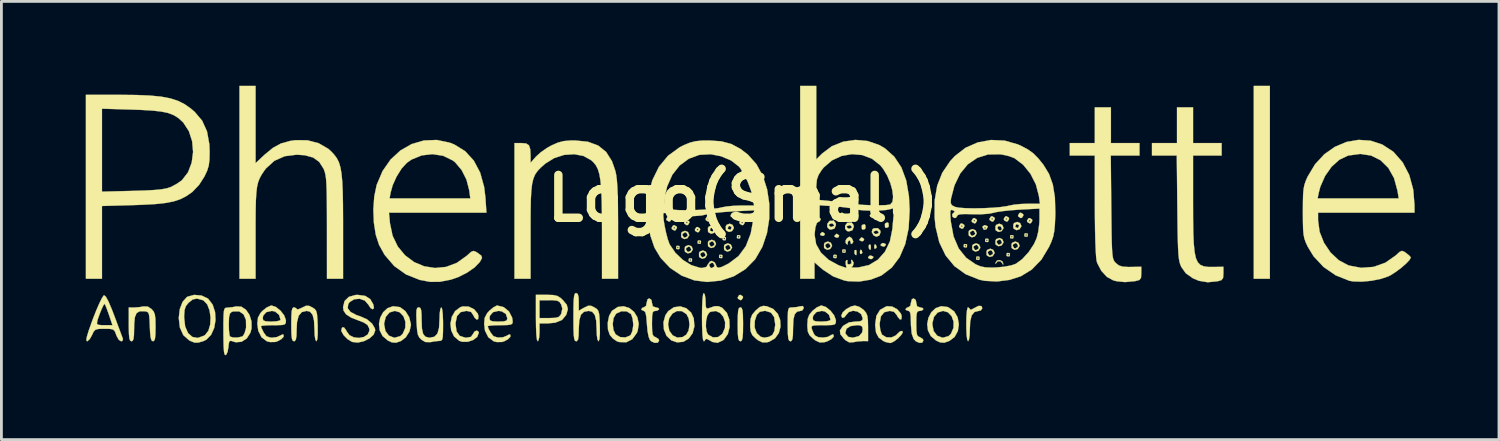
<source format=kicad_pcb>
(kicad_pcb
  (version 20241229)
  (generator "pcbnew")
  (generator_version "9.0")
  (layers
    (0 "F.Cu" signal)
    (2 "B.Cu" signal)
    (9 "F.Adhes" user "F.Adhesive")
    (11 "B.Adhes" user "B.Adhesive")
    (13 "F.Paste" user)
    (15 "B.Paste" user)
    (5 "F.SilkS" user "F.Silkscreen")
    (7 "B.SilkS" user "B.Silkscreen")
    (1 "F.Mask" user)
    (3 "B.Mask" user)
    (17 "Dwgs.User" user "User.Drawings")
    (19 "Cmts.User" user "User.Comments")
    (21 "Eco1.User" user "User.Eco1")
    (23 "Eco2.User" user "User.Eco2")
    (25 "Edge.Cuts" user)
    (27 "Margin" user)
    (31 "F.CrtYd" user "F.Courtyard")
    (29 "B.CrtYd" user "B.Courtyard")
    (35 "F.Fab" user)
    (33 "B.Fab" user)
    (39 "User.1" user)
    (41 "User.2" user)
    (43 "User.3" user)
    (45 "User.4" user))
  (footprint "Logo(Small)"
    (layer "F.Cu")
    (at 23.373 4.005)
    (property "Reference" "Logo(Small)" (at 0 0 0) (layer "F.SilkS") (effects (font (size 1.524 1.524) (thickness 0.3))))
    (attr through_hole)
    (fp_poly (pts (xy 18.733 2.857) (xy 18.161 2.857) (xy 18.161 -4) (xy 18.733 -4) (xy 18.733 2.857)) (stroke (width 0.01) (type solid)) (fill yes) (layer "F.SilkS"))
    (fp_poly (pts (xy 4.217 1.842) (xy 4.242 1.932) (xy 4.217 1.968) (xy 4.167 1.977) (xy 4.155 1.905) (xy 4.175 1.824) (xy 4.217 1.842)) (stroke (width 0.01) (type solid)) (fill yes) (layer "F.SilkS"))
    (fp_poly (pts (xy 4.725 1.652) (xy 4.75 1.742) (xy 4.725 1.777) (xy 4.675 1.787) (xy 4.663 1.714) (xy 4.683 1.634) (xy 4.725 1.652)) (stroke (width 0.01) (type solid)) (fill yes) (layer "F.SilkS"))
    (fp_poly (pts (xy 4.025 1.838) (xy 4.037 1.906) (xy 4.029 2.016) (xy 3.997 2.009) (xy 3.965 1.963) (xy 3.962 1.862) (xy 3.98 1.837) (xy 4.025 1.838)) (stroke (width 0.01) (type solid)) (fill yes) (layer "F.SilkS"))
    (fp_poly (pts (xy 4.533 1.647) (xy 4.545 1.715) (xy 4.537 1.825) (xy 4.505 1.819) (xy 4.473 1.772) (xy 4.47 1.671) (xy 4.488 1.646) (xy 4.533 1.647)) (stroke (width 0.01) (type solid)) (fill yes) (layer "F.SilkS"))
    (fp_poly (pts (xy -2.551 0.686) (xy -2.54 0.73) (xy -2.591 0.814) (xy -2.635 0.826) (xy -2.719 0.775) (xy -2.731 0.73) (xy -2.68 0.646) (xy -2.635 0.635) (xy -2.551 0.686)) (stroke (width 0.01) (type solid)) (fill yes) (layer "F.SilkS"))
    (fp_poly (pts (xy -0.265 0.559) (xy -0.254 0.603) (xy -0.305 0.687) (xy -0.349 0.699) (xy -0.433 0.648) (xy -0.445 0.603) (xy -0.394 0.519) (xy -0.349 0.508) (xy -0.265 0.559)) (stroke (width 0.01) (type solid)) (fill yes) (layer "F.SilkS"))
    (fp_poly (pts (xy -0.011 3.48) (xy 0 3.524) (xy -0.051 3.608) (xy -0.095 3.619) (xy -0.179 3.569) (xy -0.191 3.524) (xy -0.14 3.44) (xy -0.095 3.429) (xy -0.011 3.48)) (stroke (width 0.01) (type solid)) (fill yes) (layer "F.SilkS"))
    (fp_poly (pts (xy 2.9 1.246) (xy 2.909 1.265) (xy 2.878 1.323) (xy 2.826 1.333) (xy 2.747 1.301) (xy 2.743 1.265) (xy 2.808 1.2) (xy 2.826 1.197) (xy 2.9 1.246)) (stroke (width 0.01) (type solid)) (fill yes) (layer "F.SilkS"))
    (fp_poly (pts (xy 3.408 1.31) (xy 3.417 1.329) (xy 3.386 1.387) (xy 3.334 1.397) (xy 3.255 1.365) (xy 3.251 1.329) (xy 3.316 1.263) (xy 3.334 1.26) (xy 3.408 1.31)) (stroke (width 0.01) (type solid)) (fill yes) (layer "F.SilkS"))
    (fp_poly (pts (xy 3.608 0.559) (xy 3.619 0.603) (xy 3.569 0.687) (xy 3.524 0.699) (xy 3.44 0.648) (xy 3.429 0.603) (xy 3.48 0.519) (xy 3.524 0.508) (xy 3.608 0.559)) (stroke (width 0.01) (type solid)) (fill yes) (layer "F.SilkS"))
    (fp_poly (pts (xy 4.297 1.437) (xy 4.306 1.456) (xy 4.275 1.514) (xy 4.223 1.524) (xy 4.144 1.492) (xy 4.14 1.456) (xy 4.205 1.39) (xy 4.223 1.387) (xy 4.297 1.437)) (stroke (width 0.01) (type solid)) (fill yes) (layer "F.SilkS"))
    (fp_poly (pts (xy 4.35 0.953) (xy 4.354 1.058) (xy 4.332 1.091) (xy 4.254 1.113) (xy 4.223 1.079) (xy 4.218 0.974) (xy 4.24 0.941) (xy 4.318 0.919) (xy 4.35 0.953)) (stroke (width 0.01) (type solid)) (fill yes) (layer "F.SilkS"))
    (fp_poly (pts (xy 4.625 2.066) (xy 4.636 2.095) (xy 4.584 2.152) (xy 4.54 2.159) (xy 4.456 2.125) (xy 4.445 2.095) (xy 4.496 2.039) (xy 4.54 2.032) (xy 4.625 2.066)) (stroke (width 0.01) (type solid)) (fill yes) (layer "F.SilkS"))
    (fp_poly (pts (xy 4.688 0.559) (xy 4.699 0.603) (xy 4.648 0.687) (xy 4.604 0.699) (xy 4.52 0.648) (xy 4.508 0.603) (xy 4.559 0.519) (xy 4.604 0.508) (xy 4.688 0.559)) (stroke (width 0.01) (type solid)) (fill yes) (layer "F.SilkS"))
    (fp_poly (pts (xy 5.069 1.622) (xy 5.08 1.651) (xy 5.029 1.707) (xy 4.985 1.714) (xy 4.9 1.68) (xy 4.889 1.651) (xy 4.941 1.595) (xy 4.985 1.587) (xy 5.069 1.622)) (stroke (width 0.01) (type solid)) (fill yes) (layer "F.SilkS"))
    (fp_poly (pts (xy 5.175 0.889) (xy 5.18 0.994) (xy 5.158 1.027) (xy 5.08 1.05) (xy 5.048 1.016) (xy 5.044 0.911) (xy 5.066 0.878) (xy 5.144 0.855) (xy 5.175 0.889)) (stroke (width 0.01) (type solid)) (fill yes) (layer "F.SilkS"))
    (fp_poly (pts (xy 9.958 0.559) (xy 9.97 0.603) (xy 9.919 0.687) (xy 9.874 0.699) (xy 9.79 0.648) (xy 9.779 0.603) (xy 9.83 0.519) (xy 9.874 0.508) (xy 9.958 0.559)) (stroke (width 0.01) (type solid)) (fill yes) (layer "F.SilkS"))
    (fp_poly (pts (xy 9.222 2.242) (xy 9.248 2.303) (xy 9.248 2.366) (xy 9.228 2.319) (xy 9.156 2.236) (xy 9.057 2.235) (xy 9 2.302) (xy 8.98 2.327) (xy 8.98 2.286) (xy 9.032 2.208) (xy 9.132 2.194) (xy 9.222 2.242)) (stroke (width 0.01) (type solid)) (fill yes) (layer "F.SilkS"))
    (fp_poly (pts (xy -2.361 1.003) (xy -2.349 1.048) (xy -2.4 1.132) (xy -2.445 1.143) (xy -2.529 1.092) (xy -2.54 1.048) (xy -2.477 1.048) (xy -2.445 1.079) (xy -2.413 1.048) (xy -2.445 1.016) (xy -2.477 1.048) (xy -2.54 1.048) (xy -2.489 0.964) (xy -2.445 0.953) (xy -2.361 1.003)) (stroke (width 0.01) (type solid)) (fill yes) (layer "F.SilkS"))
    (fp_poly (pts (xy -1.916 0.813) (xy -1.905 0.857) (xy -1.956 0.941) (xy -2 0.953) (xy -2.084 0.902) (xy -2.095 0.857) (xy -2.032 0.857) (xy -2 0.889) (xy -1.968 0.857) (xy -2 0.826) (xy -2.032 0.857) (xy -2.095 0.857) (xy -2.045 0.773) (xy -2 0.762) (xy -1.916 0.813)) (stroke (width 0.01) (type solid)) (fill yes) (layer "F.SilkS"))
    (fp_poly (pts (xy -1.535 1.067) (xy -1.524 1.111) (xy -1.575 1.195) (xy -1.619 1.206) (xy -1.703 1.156) (xy -1.714 1.111) (xy -1.651 1.111) (xy -1.619 1.143) (xy -1.587 1.111) (xy -1.619 1.079) (xy -1.651 1.111) (xy -1.714 1.111) (xy -1.664 1.027) (xy -1.619 1.016) (xy -1.535 1.067)) (stroke (width 0.01) (type solid)) (fill yes) (layer "F.SilkS"))
    (fp_poly (pts (xy -1.154 0.686) (xy -1.143 0.73) (xy -1.194 0.814) (xy -1.238 0.826) (xy -1.322 0.775) (xy -1.333 0.73) (xy -1.27 0.73) (xy -1.238 0.762) (xy -1.206 0.73) (xy -1.238 0.699) (xy -1.27 0.73) (xy -1.333 0.73) (xy -1.283 0.646) (xy -1.238 0.635) (xy -1.154 0.686)) (stroke (width 0.01) (type solid)) (fill yes) (layer "F.SilkS"))
    (fp_poly (pts (xy 0.052 0.813) (xy 0.064 0.857) (xy 0.013 0.941) (xy -0.032 0.953) (xy -0.116 0.902) (xy -0.127 0.857) (xy -0.064 0.857) (xy -0.032 0.889) (xy 0 0.857) (xy -0.032 0.826) (xy -0.064 0.857) (xy -0.127 0.857) (xy -0.076 0.773) (xy -0.032 0.762) (xy 0.052 0.813)) (stroke (width 0.01) (type solid)) (fill yes) (layer "F.SilkS"))
    (fp_poly (pts (xy 7.863 0.94) (xy 7.874 0.984) (xy 7.823 1.068) (xy 7.779 1.079) (xy 7.695 1.029) (xy 7.684 0.984) (xy 7.747 0.984) (xy 7.779 1.016) (xy 7.811 0.984) (xy 7.779 0.953) (xy 7.747 0.984) (xy 7.684 0.984) (xy 7.734 0.9) (xy 7.779 0.889) (xy 7.863 0.94)) (stroke (width 0.01) (type solid)) (fill yes) (layer "F.SilkS"))
    (fp_poly (pts (xy 8.307 0.749) (xy 8.319 0.794) (xy 8.268 0.878) (xy 8.223 0.889) (xy 8.139 0.838) (xy 8.128 0.794) (xy 8.191 0.794) (xy 8.223 0.826) (xy 8.255 0.794) (xy 8.223 0.762) (xy 8.191 0.794) (xy 8.128 0.794) (xy 8.179 0.71) (xy 8.223 0.699) (xy 8.307 0.749)) (stroke (width 0.01) (type solid)) (fill yes) (layer "F.SilkS"))
    (fp_poly (pts (xy 8.942 0.686) (xy 8.954 0.73) (xy 8.903 0.814) (xy 8.858 0.826) (xy 8.774 0.775) (xy 8.763 0.73) (xy 8.826 0.73) (xy 8.858 0.762) (xy 8.89 0.73) (xy 8.858 0.699) (xy 8.826 0.73) (xy 8.763 0.73) (xy 8.814 0.646) (xy 8.858 0.635) (xy 8.942 0.686)) (stroke (width 0.01) (type solid)) (fill yes) (layer "F.SilkS"))
    (fp_poly (pts (xy 9.45 0.686) (xy 9.461 0.73) (xy 9.411 0.814) (xy 9.366 0.826) (xy 9.282 0.775) (xy 9.271 0.73) (xy 9.335 0.73) (xy 9.366 0.762) (xy 9.398 0.73) (xy 9.366 0.699) (xy 9.335 0.73) (xy 9.271 0.73) (xy 9.322 0.646) (xy 9.366 0.635) (xy 9.45 0.686)) (stroke (width 0.01) (type solid)) (fill yes) (layer "F.SilkS"))
    (fp_poly (pts (xy 10.276 0.749) (xy 10.287 0.794) (xy 10.236 0.878) (xy 10.192 0.889) (xy 10.108 0.838) (xy 10.097 0.794) (xy 10.16 0.794) (xy 10.192 0.826) (xy 10.223 0.794) (xy 10.192 0.762) (xy 10.16 0.794) (xy 10.097 0.794) (xy 10.147 0.71) (xy 10.192 0.699) (xy 10.276 0.749)) (stroke (width 0.01) (type solid)) (fill yes) (layer "F.SilkS"))
    (fp_poly (pts (xy -2.272 1.692) (xy -2.258 1.709) (xy -2.264 1.792) (xy -2.281 1.806) (xy -2.364 1.8) (xy -2.378 1.783) (xy -2.375 1.746) (xy -2.349 1.746) (xy -2.318 1.778) (xy -2.286 1.746) (xy -2.318 1.714) (xy -2.349 1.746) (xy -2.375 1.746) (xy -2.372 1.7) (xy -2.355 1.686) (xy -2.272 1.692)) (stroke (width 0.01) (type solid)) (fill yes) (layer "F.SilkS"))
    (fp_poly (pts (xy -1.827 2.137) (xy -1.813 2.154) (xy -1.819 2.237) (xy -1.836 2.251) (xy -1.919 2.245) (xy -1.933 2.228) (xy -1.931 2.191) (xy -1.905 2.191) (xy -1.873 2.223) (xy -1.841 2.191) (xy -1.873 2.159) (xy -1.905 2.191) (xy -1.931 2.191) (xy -1.927 2.145) (xy -1.91 2.131) (xy -1.827 2.137)) (stroke (width 0.01) (type solid)) (fill yes) (layer "F.SilkS"))
    (fp_poly (pts (xy -1.51 1.502) (xy -1.496 1.519) (xy -1.502 1.602) (xy -1.519 1.616) (xy -1.602 1.61) (xy -1.616 1.593) (xy -1.613 1.556) (xy -1.587 1.556) (xy -1.556 1.587) (xy -1.524 1.556) (xy -1.556 1.524) (xy -1.587 1.556) (xy -1.613 1.556) (xy -1.61 1.51) (xy -1.593 1.496) (xy -1.51 1.502)) (stroke (width 0.01) (type solid)) (fill yes) (layer "F.SilkS"))
    (fp_poly (pts (xy -0.748 2.01) (xy -0.734 2.027) (xy -0.74 2.11) (xy -0.757 2.124) (xy -0.84 2.118) (xy -0.854 2.101) (xy -0.851 2.064) (xy -0.826 2.064) (xy -0.794 2.095) (xy -0.762 2.064) (xy -0.794 2.032) (xy -0.826 2.064) (xy -0.851 2.064) (xy -0.848 2.018) (xy -0.831 2.004) (xy -0.748 2.01)) (stroke (width 0.01) (type solid)) (fill yes) (layer "F.SilkS"))
    (fp_poly (pts (xy -0.621 1.375) (xy -0.607 1.392) (xy -0.613 1.475) (xy -0.63 1.489) (xy -0.713 1.483) (xy -0.727 1.466) (xy -0.724 1.429) (xy -0.699 1.429) (xy -0.667 1.46) (xy -0.635 1.429) (xy -0.667 1.397) (xy -0.699 1.429) (xy -0.724 1.429) (xy -0.721 1.383) (xy -0.704 1.369) (xy -0.621 1.375)) (stroke (width 0.01) (type solid)) (fill yes) (layer "F.SilkS"))
    (fp_poly (pts (xy -0.113 1.311) (xy -0.099 1.328) (xy -0.105 1.411) (xy -0.122 1.425) (xy -0.205 1.419) (xy -0.219 1.402) (xy -0.216 1.365) (xy -0.191 1.365) (xy -0.159 1.397) (xy -0.127 1.365) (xy -0.159 1.333) (xy -0.191 1.365) (xy -0.216 1.365) (xy -0.213 1.319) (xy -0.196 1.305) (xy -0.113 1.311)) (stroke (width 0.01) (type solid)) (fill yes) (layer "F.SilkS"))
    (fp_poly (pts (xy 3.316 2.01) (xy 3.33 2.027) (xy 3.324 2.11) (xy 3.307 2.124) (xy 3.224 2.118) (xy 3.21 2.101) (xy 3.213 2.064) (xy 3.239 2.064) (xy 3.27 2.095) (xy 3.302 2.064) (xy 3.27 2.032) (xy 3.239 2.064) (xy 3.213 2.064) (xy 3.216 2.018) (xy 3.233 2.004) (xy 3.316 2.01)) (stroke (width 0.01) (type solid)) (fill yes) (layer "F.SilkS"))
    (fp_poly (pts (xy 3.634 1.819) (xy 3.648 1.836) (xy 3.642 1.919) (xy 3.625 1.933) (xy 3.542 1.927) (xy 3.528 1.91) (xy 3.53 1.873) (xy 3.556 1.873) (xy 3.588 1.905) (xy 3.619 1.873) (xy 3.588 1.841) (xy 3.556 1.873) (xy 3.53 1.873) (xy 3.534 1.827) (xy 3.551 1.813) (xy 3.634 1.819)) (stroke (width 0.01) (type solid)) (fill yes) (layer "F.SilkS"))
    (fp_poly (pts (xy 7.952 1.629) (xy 7.966 1.646) (xy 7.96 1.729) (xy 7.943 1.743) (xy 7.86 1.737) (xy 7.846 1.72) (xy 7.848 1.683) (xy 7.874 1.683) (xy 7.906 1.714) (xy 7.938 1.683) (xy 7.906 1.651) (xy 7.874 1.683) (xy 7.848 1.683) (xy 7.852 1.637) (xy 7.869 1.623) (xy 7.952 1.629)) (stroke (width 0.01) (type solid)) (fill yes) (layer "F.SilkS"))
    (fp_poly (pts (xy 8.396 2.073) (xy 8.41 2.09) (xy 8.404 2.173) (xy 8.387 2.187) (xy 8.304 2.181) (xy 8.29 2.164) (xy 8.293 2.127) (xy 8.319 2.127) (xy 8.35 2.159) (xy 8.382 2.127) (xy 8.35 2.095) (xy 8.319 2.127) (xy 8.293 2.127) (xy 8.296 2.081) (xy 8.313 2.067) (xy 8.396 2.073)) (stroke (width 0.01) (type solid)) (fill yes) (layer "F.SilkS"))
    (fp_poly (pts (xy 8.689 0.985) (xy 8.7 1.012) (xy 8.657 1.095) (xy 8.576 1.115) (xy 8.55 1.099) (xy 8.528 1.048) (xy 8.572 1.048) (xy 8.604 1.079) (xy 8.636 1.048) (xy 8.604 1.016) (xy 8.572 1.048) (xy 8.528 1.048) (xy 8.511 1.007) (xy 8.579 0.954) (xy 8.604 0.953) (xy 8.689 0.985)) (stroke (width 0.01) (type solid)) (fill yes) (layer "F.SilkS"))
    (fp_poly (pts (xy 8.714 1.438) (xy 8.728 1.455) (xy 8.722 1.538) (xy 8.705 1.552) (xy 8.622 1.546) (xy 8.608 1.529) (xy 8.61 1.492) (xy 8.636 1.492) (xy 8.668 1.524) (xy 8.7 1.492) (xy 8.668 1.46) (xy 8.636 1.492) (xy 8.61 1.492) (xy 8.614 1.446) (xy 8.631 1.432) (xy 8.714 1.438)) (stroke (width 0.01) (type solid)) (fill yes) (layer "F.SilkS"))
    (fp_poly (pts (xy 9.476 1.946) (xy 9.49 1.963) (xy 9.484 2.046) (xy 9.467 2.06) (xy 9.384 2.054) (xy 9.37 2.037) (xy 9.372 2) (xy 9.398 2) (xy 9.43 2.032) (xy 9.461 2) (xy 9.43 1.968) (xy 9.398 2) (xy 9.372 2) (xy 9.376 1.954) (xy 9.393 1.94) (xy 9.476 1.946)) (stroke (width 0.01) (type solid)) (fill yes) (layer "F.SilkS"))
    (fp_poly (pts (xy 9.603 1.311) (xy 9.617 1.328) (xy 9.611 1.411) (xy 9.594 1.425) (xy 9.511 1.419) (xy 9.497 1.402) (xy 9.499 1.365) (xy 9.525 1.365) (xy 9.557 1.397) (xy 9.588 1.365) (xy 9.557 1.333) (xy 9.525 1.365) (xy 9.499 1.365) (xy 9.503 1.319) (xy 9.52 1.305) (xy 9.603 1.311)) (stroke (width 0.01) (type solid)) (fill yes) (layer "F.SilkS"))
    (fp_poly (pts (xy 10.111 1.248) (xy 10.125 1.265) (xy 10.119 1.348) (xy 10.102 1.362) (xy 10.019 1.356) (xy 10.005 1.339) (xy 10.007 1.302) (xy 10.033 1.302) (xy 10.065 1.333) (xy 10.097 1.302) (xy 10.065 1.27) (xy 10.033 1.302) (xy 10.007 1.302) (xy 10.011 1.256) (xy 10.028 1.242) (xy 10.111 1.248)) (stroke (width 0.01) (type solid)) (fill yes) (layer "F.SilkS"))
    (fp_poly (pts (xy 3.855 1.407) (xy 3.873 1.428) (xy 3.921 1.538) (xy 3.889 1.597) (xy 3.836 1.626) (xy 3.832 1.578) (xy 3.804 1.5) (xy 3.778 1.492) (xy 3.725 1.541) (xy 3.724 1.572) (xy 3.714 1.647) (xy 3.662 1.604) (xy 3.647 1.581) (xy 3.651 1.486) (xy 3.697 1.419) (xy 3.781 1.361) (xy 3.855 1.407)) (stroke (width 0.01) (type solid)) (fill yes) (layer "F.SilkS"))
    (fp_poly (pts (xy -0.05 3.895) (xy -0.021 3.974) (xy -0.006 4.132) (xy -0.00021 4.389) (xy 0 4.477) (xy -0.003 4.764) (xy -0.016 4.946) (xy -0.041 5.044) (xy -0.081 5.079) (xy -0.095 5.08) (xy -0.141 5.058) (xy -0.169 4.979) (xy -0.185 4.822) (xy -0.19 4.564) (xy -0.191 4.477) (xy -0.187 4.189) (xy -0.175 4.007) (xy -0.15 3.91) (xy -0.109 3.875) (xy -0.095 3.873) (xy -0.05 3.895)) (stroke (width 0.01) (type solid)) (fill yes) (layer "F.SilkS"))
    (fp_poly (pts (xy 4.88 1.146) (xy 4.889 1.205) (xy 4.843 1.322) (xy 4.739 1.361) (xy 4.643 1.316) (xy 4.583 1.206) (xy 4.636 1.206) (xy 4.687 1.263) (xy 4.731 1.27) (xy 4.815 1.236) (xy 4.826 1.206) (xy 4.775 1.15) (xy 4.731 1.143) (xy 4.646 1.177) (xy 4.636 1.206) (xy 4.583 1.206) (xy 4.577 1.195) (xy 4.607 1.092) (xy 4.651 1.064) (xy 4.795 1.059) (xy 4.88 1.146)) (stroke (width 0.01) (type solid)) (fill yes) (layer "F.SilkS"))
    (fp_poly (pts (xy -1.959 1.196) (xy -1.915 1.296) (xy -1.917 1.317) (xy -1.982 1.418) (xy -2.09 1.447) (xy -2.184 1.395) (xy -2.199 1.366) (xy -2.2 1.302) (xy -2.159 1.302) (xy -2.108 1.386) (xy -2.064 1.397) (xy -1.98 1.346) (xy -1.968 1.302) (xy -2.019 1.218) (xy -2.064 1.206) (xy -2.148 1.257) (xy -2.159 1.302) (xy -2.2 1.302) (xy -2.2 1.242) (xy -2.172 1.194) (xy -2.064 1.153) (xy -1.959 1.196)) (stroke (width 0.01) (type solid)) (fill yes) (layer "F.SilkS"))
    (fp_poly (pts (xy -1.832 1.704) (xy -1.788 1.804) (xy -1.79 1.825) (xy -1.855 1.926) (xy -1.963 1.955) (xy -2.057 1.903) (xy -2.072 1.874) (xy -2.073 1.81) (xy -2.032 1.81) (xy -1.981 1.894) (xy -1.937 1.905) (xy -1.853 1.854) (xy -1.841 1.81) (xy -1.892 1.726) (xy -1.937 1.714) (xy -2.021 1.765) (xy -2.032 1.81) (xy -2.073 1.81) (xy -2.073 1.75) (xy -2.045 1.702) (xy -1.937 1.661) (xy -1.832 1.704)) (stroke (width 0.01) (type solid)) (fill yes) (layer "F.SilkS"))
    (fp_poly (pts (xy -1.324 1.894) (xy -1.28 1.994) (xy -1.282 2.015) (xy -1.347 2.116) (xy -1.455 2.146) (xy -1.549 2.094) (xy -1.564 2.064) (xy -1.565 2) (xy -1.524 2) (xy -1.473 2.084) (xy -1.429 2.095) (xy -1.345 2.045) (xy -1.333 2) (xy -1.384 1.916) (xy -1.429 1.905) (xy -1.513 1.956) (xy -1.524 2) (xy -1.565 2) (xy -1.565 1.94) (xy -1.537 1.892) (xy -1.429 1.852) (xy -1.324 1.894)) (stroke (width 0.01) (type solid)) (fill yes) (layer "F.SilkS"))
    (fp_poly (pts (xy -1.007 1.005) (xy -0.962 1.105) (xy -0.964 1.126) (xy -1.03 1.227) (xy -1.138 1.257) (xy -1.231 1.205) (xy -1.247 1.175) (xy -1.247 1.128) (xy -1.18 1.128) (xy -1.171 1.148) (xy -1.094 1.18) (xy -1.074 1.171) (xy -1.043 1.094) (xy -1.051 1.074) (xy -1.128 1.043) (xy -1.148 1.051) (xy -1.18 1.128) (xy -1.247 1.128) (xy -1.248 1.051) (xy -1.219 1.003) (xy -1.111 0.963) (xy -1.007 1.005)) (stroke (width 0.01) (type solid)) (fill yes) (layer "F.SilkS"))
    (fp_poly (pts (xy -1.007 1.513) (xy -0.962 1.613) (xy -0.964 1.634) (xy -1.03 1.735) (xy -1.138 1.765) (xy -1.231 1.713) (xy -1.247 1.683) (xy -1.247 1.619) (xy -1.206 1.619) (xy -1.156 1.703) (xy -1.111 1.714) (xy -1.027 1.664) (xy -1.016 1.619) (xy -1.067 1.535) (xy -1.111 1.524) (xy -1.195 1.575) (xy -1.206 1.619) (xy -1.247 1.619) (xy -1.248 1.559) (xy -1.219 1.511) (xy -1.111 1.471) (xy -1.007 1.513)) (stroke (width 0.01) (type solid)) (fill yes) (layer "F.SilkS"))
    (fp_poly (pts (xy -0.435 1.64) (xy -0.391 1.74) (xy -0.393 1.761) (xy -0.458 1.862) (xy -0.566 1.892) (xy -0.66 1.84) (xy -0.675 1.81) (xy -0.676 1.746) (xy -0.635 1.746) (xy -0.584 1.83) (xy -0.54 1.841) (xy -0.456 1.791) (xy -0.445 1.746) (xy -0.495 1.662) (xy -0.54 1.651) (xy -0.624 1.702) (xy -0.635 1.746) (xy -0.676 1.746) (xy -0.676 1.686) (xy -0.648 1.638) (xy -0.54 1.598) (xy -0.435 1.64)) (stroke (width 0.01) (type solid)) (fill yes) (layer "F.SilkS"))
    (fp_poly (pts (xy -0.372 0.942) (xy -0.327 1.042) (xy -0.329 1.063) (xy -0.395 1.164) (xy -0.503 1.193) (xy -0.596 1.141) (xy -0.612 1.112) (xy -0.612 1.065) (xy -0.545 1.065) (xy -0.536 1.085) (xy -0.459 1.116) (xy -0.439 1.108) (xy -0.408 1.031) (xy -0.416 1.011) (xy -0.493 0.979) (xy -0.513 0.988) (xy -0.545 1.065) (xy -0.612 1.065) (xy -0.613 0.988) (xy -0.584 0.94) (xy -0.476 0.899) (xy -0.372 0.942)) (stroke (width 0.01) (type solid)) (fill yes) (layer "F.SilkS"))
    (fp_poly (pts (xy 3.121 1.577) (xy 3.165 1.677) (xy 3.163 1.698) (xy 3.098 1.799) (xy 2.99 1.828) (xy 2.896 1.776) (xy 2.881 1.747) (xy 2.88 1.683) (xy 2.921 1.683) (xy 2.972 1.767) (xy 3.016 1.778) (xy 3.1 1.727) (xy 3.111 1.683) (xy 3.061 1.599) (xy 3.016 1.587) (xy 2.932 1.638) (xy 2.921 1.683) (xy 2.88 1.683) (xy 2.88 1.623) (xy 2.908 1.575) (xy 3.016 1.534) (xy 3.121 1.577)) (stroke (width 0.01) (type solid)) (fill yes) (layer "F.SilkS"))
    (fp_poly (pts (xy 3.296 0.888) (xy 3.302 0.949) (xy 3.252 1.071) (xy 3.128 1.11) (xy 3.064 1.097) (xy 2.994 1.019) (xy 2.996 0.953) (xy 3.048 0.953) (xy 3.099 1.009) (xy 3.143 1.016) (xy 3.228 0.982) (xy 3.239 0.953) (xy 3.187 0.896) (xy 3.143 0.889) (xy 3.059 0.923) (xy 3.048 0.953) (xy 2.996 0.953) (xy 2.997 0.902) (xy 3.066 0.81) (xy 3.085 0.8) (xy 3.225 0.792) (xy 3.296 0.888)) (stroke (width 0.01) (type solid)) (fill yes) (layer "F.SilkS"))
    (fp_poly (pts (xy 3.931 0.951) (xy 3.937 1.013) (xy 3.887 1.135) (xy 3.763 1.174) (xy 3.699 1.16) (xy 3.629 1.082) (xy 3.631 1.016) (xy 3.683 1.016) (xy 3.734 1.072) (xy 3.778 1.079) (xy 3.863 1.045) (xy 3.873 1.016) (xy 3.822 0.96) (xy 3.778 0.953) (xy 3.694 0.987) (xy 3.683 1.016) (xy 3.631 1.016) (xy 3.632 0.966) (xy 3.701 0.873) (xy 3.72 0.864) (xy 3.86 0.855) (xy 3.931 0.951)) (stroke (width 0.01) (type solid)) (fill yes) (layer "F.SilkS"))
    (fp_poly (pts (xy 8.264 1.132) (xy 8.309 1.232) (xy 8.307 1.253) (xy 8.241 1.354) (xy 8.133 1.384) (xy 8.04 1.332) (xy 8.024 1.302) (xy 8.024 1.238) (xy 8.065 1.238) (xy 8.115 1.322) (xy 8.16 1.333) (xy 8.244 1.283) (xy 8.255 1.238) (xy 8.204 1.154) (xy 8.16 1.143) (xy 8.076 1.194) (xy 8.065 1.238) (xy 8.024 1.238) (xy 8.023 1.178) (xy 8.052 1.13) (xy 8.16 1.09) (xy 8.264 1.132)) (stroke (width 0.01) (type solid)) (fill yes) (layer "F.SilkS"))
    (fp_poly (pts (xy 8.391 1.64) (xy 8.436 1.74) (xy 8.434 1.761) (xy 8.368 1.862) (xy 8.26 1.892) (xy 8.167 1.84) (xy 8.151 1.81) (xy 8.151 1.746) (xy 8.191 1.746) (xy 8.242 1.83) (xy 8.287 1.841) (xy 8.371 1.791) (xy 8.382 1.746) (xy 8.331 1.662) (xy 8.287 1.651) (xy 8.203 1.702) (xy 8.191 1.746) (xy 8.151 1.746) (xy 8.15 1.686) (xy 8.179 1.638) (xy 8.287 1.598) (xy 8.391 1.64)) (stroke (width 0.01) (type solid)) (fill yes) (layer "F.SilkS"))
    (fp_poly (pts (xy 8.899 1.831) (xy 8.944 1.931) (xy 8.942 1.952) (xy 8.876 2.053) (xy 8.768 2.082) (xy 8.675 2.03) (xy 8.659 2.001) (xy 8.659 1.937) (xy 8.7 1.937) (xy 8.75 2.021) (xy 8.795 2.032) (xy 8.879 1.981) (xy 8.89 1.937) (xy 8.839 1.853) (xy 8.795 1.841) (xy 8.711 1.892) (xy 8.7 1.937) (xy 8.659 1.937) (xy 8.658 1.877) (xy 8.687 1.829) (xy 8.795 1.788) (xy 8.899 1.831)) (stroke (width 0.01) (type solid)) (fill yes) (layer "F.SilkS"))
    (fp_poly (pts (xy 9.217 0.942) (xy 9.261 1.042) (xy 9.259 1.063) (xy 9.194 1.164) (xy 9.086 1.193) (xy 8.992 1.141) (xy 8.977 1.112) (xy 8.976 1.059) (xy 9.044 1.059) (xy 9.095 1.128) (xy 9.148 1.143) (xy 9.206 1.1) (xy 9.207 1.09) (xy 9.166 0.998) (xy 9.08 0.985) (xy 9.071 0.99) (xy 9.044 1.059) (xy 8.976 1.059) (xy 8.976 0.988) (xy 9.004 0.94) (xy 9.112 0.899) (xy 9.217 0.942)) (stroke (width 0.01) (type solid)) (fill yes) (layer "F.SilkS"))
    (fp_poly (pts (xy 9.217 1.45) (xy 9.261 1.55) (xy 9.259 1.571) (xy 9.194 1.672) (xy 9.086 1.701) (xy 8.992 1.649) (xy 8.977 1.62) (xy 8.976 1.556) (xy 9.017 1.556) (xy 9.068 1.64) (xy 9.112 1.651) (xy 9.196 1.6) (xy 9.207 1.556) (xy 9.157 1.472) (xy 9.112 1.46) (xy 9.028 1.511) (xy 9.017 1.556) (xy 8.976 1.556) (xy 8.976 1.496) (xy 9.004 1.448) (xy 9.112 1.407) (xy 9.217 1.45)) (stroke (width 0.01) (type solid)) (fill yes) (layer "F.SilkS"))
    (fp_poly (pts (xy 9.788 1.577) (xy 9.833 1.677) (xy 9.831 1.698) (xy 9.765 1.799) (xy 9.657 1.828) (xy 9.564 1.776) (xy 9.548 1.747) (xy 9.548 1.683) (xy 9.588 1.683) (xy 9.639 1.767) (xy 9.684 1.778) (xy 9.768 1.727) (xy 9.779 1.683) (xy 9.728 1.599) (xy 9.684 1.587) (xy 9.6 1.638) (xy 9.588 1.683) (xy 9.548 1.683) (xy 9.547 1.623) (xy 9.576 1.575) (xy 9.684 1.534) (xy 9.788 1.577)) (stroke (width 0.01) (type solid)) (fill yes) (layer "F.SilkS"))
    (fp_poly (pts (xy 9.852 0.878) (xy 9.896 0.978) (xy 9.894 0.999) (xy 9.829 1.1) (xy 9.721 1.13) (xy 9.627 1.078) (xy 9.612 1.048) (xy 9.611 1.001) (xy 9.679 1.001) (xy 9.687 1.021) (xy 9.764 1.053) (xy 9.784 1.044) (xy 9.816 0.967) (xy 9.807 0.947) (xy 9.73 0.916) (xy 9.71 0.924) (xy 9.679 1.001) (xy 9.611 1.001) (xy 9.611 0.924) (xy 9.639 0.876) (xy 9.747 0.836) (xy 9.852 0.878)) (stroke (width 0.01) (type solid)) (fill yes) (layer "F.SilkS"))
    (fp_poly (pts (xy 8.476 3.827) (xy 8.509 3.905) (xy 8.456 3.983) (xy 8.387 4) (xy 8.231 4.038) (xy 8.13 4.159) (xy 8.077 4.376) (xy 8.065 4.64) (xy 8.056 4.866) (xy 8.033 5.022) (xy 8.001 5.08) (xy 7.971 5.02) (xy 7.95 4.852) (xy 7.939 4.597) (xy 7.938 4.477) (xy 7.944 4.192) (xy 7.961 3.988) (xy 7.988 3.883) (xy 8.001 3.873) (xy 8.062 3.922) (xy 8.065 3.941) (xy 8.107 3.959) (xy 8.206 3.909) (xy 8.369 3.823) (xy 8.476 3.827)) (stroke (width 0.01) (type solid)) (fill yes) (layer "F.SilkS"))
    (fp_poly (pts (xy 2.159 3.895) (xy 2.159 3.898) (xy 2.107 3.984) (xy 2.045 4) (xy 1.917 4.029) (xy 1.835 4.126) (xy 1.791 4.31) (xy 1.778 4.6) (xy 1.778 4.616) (xy 1.773 4.864) (xy 1.754 5.008) (xy 1.717 5.071) (xy 1.683 5.08) (xy 1.637 5.058) (xy 1.609 4.979) (xy 1.593 4.822) (xy 1.588 4.564) (xy 1.587 4.477) (xy 1.589 4.198) (xy 1.597 4.022) (xy 1.617 3.926) (xy 1.655 3.886) (xy 1.717 3.879) (xy 1.73 3.88) (xy 1.912 3.864) (xy 2.016 3.84) (xy 2.127 3.827) (xy 2.159 3.895)) (stroke (width 0.01) (type solid)) (fill yes) (layer "F.SilkS"))
    (fp_poly (pts (xy -2.02 3.905) (xy -1.847 4.06) (xy -1.753 4.265) (xy -1.73 4.549) (xy -1.795 4.795) (xy -1.932 4.984) (xy -2.122 5.098) (xy -2.345 5.119) (xy -2.551 5.049) (xy -2.721 4.888) (xy -2.815 4.66) (xy -2.826 4.477) (xy -2.667 4.477) (xy -2.622 4.707) (xy -2.503 4.87) (xy -2.338 4.95) (xy -2.152 4.931) (xy -2.021 4.848) (xy -1.935 4.697) (xy -1.905 4.488) (xy -1.931 4.274) (xy -2.01 4.117) (xy -2.175 4.008) (xy -2.351 4.005) (xy -2.51 4.094) (xy -2.625 4.258) (xy -2.667 4.477) (xy -2.826 4.477) (xy -2.83 4.403) (xy -2.762 4.156) (xy -2.662 4.01) (xy -2.459 3.871) (xy -2.235 3.839) (xy -2.02 3.905)) (stroke (width 0.01) (type solid)) (fill yes) (layer "F.SilkS"))
    (fp_poly (pts (xy 7.272 3.862) (xy 7.305 3.875) (xy 7.507 4.018) (xy 7.63 4.228) (xy 7.674 4.472) (xy 7.639 4.715) (xy 7.522 4.927) (xy 7.336 5.068) (xy 7.154 5.132) (xy 7.006 5.12) (xy 6.865 5.055) (xy 6.676 4.895) (xy 6.574 4.691) (xy 6.55 4.477) (xy 6.731 4.477) (xy 6.776 4.714) (xy 6.9 4.88) (xy 7.083 4.952) (xy 7.112 4.953) (xy 7.307 4.897) (xy 7.394 4.812) (xy 7.483 4.603) (xy 7.487 4.384) (xy 7.417 4.189) (xy 7.285 4.05) (xy 7.112 4) (xy 6.922 4.057) (xy 6.789 4.212) (xy 6.732 4.44) (xy 6.731 4.477) (xy 6.55 4.477) (xy 6.549 4.466) (xy 6.592 4.244) (xy 6.695 4.049) (xy 6.848 3.904) (xy 7.044 3.834) (xy 7.272 3.862)) (stroke (width 0.01) (type solid)) (fill yes) (layer "F.SilkS"))
    (fp_poly (pts (xy -12.217 3.864) (xy -12.184 3.877) (xy -12.005 4.012) (xy -11.872 4.226) (xy -11.812 4.475) (xy -11.811 4.51) (xy -11.862 4.732) (xy -11.993 4.939) (xy -12.158 5.068) (xy -12.341 5.132) (xy -12.489 5.12) (xy -12.63 5.055) (xy -12.819 4.894) (xy -12.922 4.69) (xy -12.945 4.477) (xy -12.764 4.477) (xy -12.718 4.714) (xy -12.595 4.88) (xy -12.412 4.952) (xy -12.383 4.953) (xy -12.188 4.897) (xy -12.1 4.812) (xy -12.011 4.603) (xy -12.007 4.384) (xy -12.077 4.189) (xy -12.21 4.05) (xy -12.383 4) (xy -12.572 4.057) (xy -12.705 4.212) (xy -12.763 4.44) (xy -12.764 4.477) (xy -12.945 4.477) (xy -12.947 4.465) (xy -12.903 4.243) (xy -12.799 4.049) (xy -12.644 3.905) (xy -12.447 3.835) (xy -12.217 3.864)) (stroke (width 0.01) (type solid)) (fill yes) (layer "F.SilkS"))
    (fp_poly (pts (xy -9.756 3.848) (xy -9.565 3.941) (xy -9.436 4.094) (xy -9.409 4.181) (xy -9.42 4.293) (xy -9.478 4.309) (xy -9.553 4.233) (xy -9.588 4.159) (xy -9.673 4.037) (xy -9.824 4.001) (xy -9.836 4) (xy -10.045 4.045) (xy -10.172 4.184) (xy -10.222 4.421) (xy -10.223 4.477) (xy -10.187 4.732) (xy -10.075 4.888) (xy -9.883 4.951) (xy -9.832 4.953) (xy -9.676 4.924) (xy -9.607 4.826) (xy -9.546 4.73) (xy -9.463 4.7) (xy -9.404 4.746) (xy -9.398 4.784) (xy -9.454 4.925) (xy -9.598 5.035) (xy -9.789 5.099) (xy -9.988 5.099) (xy -10.095 5.063) (xy -10.277 4.908) (xy -10.379 4.693) (xy -10.404 4.45) (xy -10.356 4.21) (xy -10.238 4.006) (xy -10.054 3.869) (xy -9.967 3.841) (xy -9.756 3.848)) (stroke (width 0.01) (type solid)) (fill yes) (layer "F.SilkS"))
    (fp_poly (pts (xy -21.169 3.846) (xy -21.034 3.935) (xy -20.961 4.019) (xy -20.918 4.124) (xy -20.897 4.283) (xy -20.892 4.531) (xy -20.892 4.574) (xy -20.896 4.836) (xy -20.913 4.992) (xy -20.947 5.066) (xy -20.984 5.08) (xy -21.033 5.052) (xy -21.065 4.952) (xy -21.086 4.762) (xy -21.095 4.556) (xy -21.106 4.299) (xy -21.122 4.143) (xy -21.152 4.06) (xy -21.208 4.025) (xy -21.292 4.012) (xy -21.458 4.014) (xy -21.566 4.079) (xy -21.627 4.224) (xy -21.651 4.468) (xy -21.654 4.612) (xy -21.659 4.86) (xy -21.677 5.006) (xy -21.714 5.07) (xy -21.749 5.08) (xy -21.794 5.058) (xy -21.823 4.979) (xy -21.838 4.821) (xy -21.844 4.563) (xy -21.844 4.479) (xy -21.844 3.879) (xy -21.669 3.881) (xy -21.471 3.868) (xy -21.336 3.843) (xy -21.169 3.846)) (stroke (width 0.01) (type solid)) (fill yes) (layer "F.SilkS"))
    (fp_poly (pts (xy -6.752 3.436) (xy -6.603 3.469) (xy -6.486 3.542) (xy -6.409 3.615) (xy -6.269 3.783) (xy -6.23 3.935) (xy -6.279 4.117) (xy -6.294 4.149) (xy -6.438 4.322) (xy -6.681 4.42) (xy -6.956 4.445) (xy -7.239 4.445) (xy -7.239 4.763) (xy -7.25 4.944) (xy -7.28 5.059) (xy -7.303 5.08) (xy -7.33 5.019) (xy -7.35 4.844) (xy -7.362 4.568) (xy -7.366 4.255) (xy -7.366 3.619) (xy -7.239 3.619) (xy -7.239 4.255) (xy -6.888 4.255) (xy -6.681 4.248) (xy -6.563 4.219) (xy -6.495 4.153) (xy -6.465 4.096) (xy -6.426 3.918) (xy -6.465 3.778) (xy -6.522 3.686) (xy -6.608 3.638) (xy -6.761 3.621) (xy -6.888 3.619) (xy -7.239 3.619) (xy -7.366 3.619) (xy -7.366 3.429) (xy -6.98 3.429) (xy -6.752 3.436)) (stroke (width 0.01) (type solid)) (fill yes) (layer "F.SilkS"))
    (fp_poly (pts (xy -3.257 3.611) (xy -3.239 3.715) (xy -3.209 3.839) (xy -3.111 3.873) (xy -3.008 3.9) (xy -2.985 3.937) (xy -3.038 3.989) (xy -3.111 4) (xy -3.178 4.012) (xy -3.216 4.066) (xy -3.234 4.188) (xy -3.238 4.406) (xy -3.239 4.451) (xy -3.234 4.69) (xy -3.217 4.83) (xy -3.179 4.902) (xy -3.112 4.934) (xy -3.111 4.935) (xy -3.008 4.998) (xy -2.985 5.056) (xy -3.031 5.128) (xy -3.139 5.137) (xy -3.26 5.085) (xy -3.309 5.039) (xy -3.357 4.922) (xy -3.397 4.715) (xy -3.419 4.468) (xy -3.439 4.21) (xy -3.47 4.061) (xy -3.517 4.003) (xy -3.531 4) (xy -3.611 3.964) (xy -3.619 3.937) (xy -3.568 3.881) (xy -3.524 3.873) (xy -3.448 3.818) (xy -3.429 3.715) (xy -3.396 3.587) (xy -3.334 3.556) (xy -3.257 3.611)) (stroke (width 0.01) (type solid)) (fill yes) (layer "F.SilkS"))
    (fp_poly (pts (xy 5.302 3.846) (xy 5.483 3.943) (xy 5.61 4.093) (xy 5.64 4.181) (xy 5.633 4.295) (xy 5.58 4.306) (xy 5.503 4.218) (xy 5.473 4.159) (xy 5.37 4.033) (xy 5.216 4) (xy 5.021 4.048) (xy 4.903 4.192) (xy 4.858 4.438) (xy 4.858 4.477) (xy 4.878 4.671) (xy 4.928 4.822) (xy 4.945 4.848) (xy 5.092 4.938) (xy 5.275 4.944) (xy 5.439 4.869) (xy 5.484 4.819) (xy 5.584 4.728) (xy 5.662 4.713) (xy 5.679 4.766) (xy 5.619 4.862) (xy 5.512 4.975) (xy 5.385 5.075) (xy 5.268 5.135) (xy 5.228 5.142) (xy 5.077 5.11) (xy 4.985 5.07) (xy 4.819 4.944) (xy 4.729 4.772) (xy 4.699 4.519) (xy 4.699 4.477) (xy 4.742 4.175) (xy 4.871 3.964) (xy 5.088 3.843) (xy 5.119 3.834) (xy 5.302 3.846)) (stroke (width 0.01) (type solid)) (fill yes) (layer "F.SilkS"))
    (fp_poly (pts (xy 6.141 3.611) (xy 6.16 3.715) (xy 6.189 3.839) (xy 6.287 3.873) (xy 6.39 3.9) (xy 6.413 3.937) (xy 6.36 3.989) (xy 6.287 4) (xy 6.22 4.012) (xy 6.182 4.066) (xy 6.164 4.188) (xy 6.16 4.406) (xy 6.16 4.451) (xy 6.164 4.69) (xy 6.181 4.83) (xy 6.219 4.902) (xy 6.286 4.934) (xy 6.287 4.935) (xy 6.39 4.998) (xy 6.413 5.056) (xy 6.369 5.131) (xy 6.266 5.136) (xy 6.144 5.08) (xy 6.068 5.002) (xy 5.998 4.814) (xy 5.97 4.506) (xy 5.969 4.431) (xy 5.963 4.194) (xy 5.942 4.06) (xy 5.9 4.005) (xy 5.874 4) (xy 5.789 3.966) (xy 5.779 3.937) (xy 5.83 3.881) (xy 5.874 3.873) (xy 5.95 3.818) (xy 5.969 3.715) (xy 6.002 3.587) (xy 6.064 3.556) (xy 6.141 3.611)) (stroke (width 0.01) (type solid)) (fill yes) (layer "F.SilkS"))
    (fp_poly (pts (xy -10.701 3.934) (xy -10.68 4.101) (xy -10.669 4.355) (xy -10.668 4.47) (xy -10.67 4.748) (xy -10.678 4.923) (xy -10.699 5.018) (xy -10.738 5.059) (xy -10.801 5.068) (xy -10.811 5.068) (xy -10.988 5.086) (xy -11.115 5.112) (xy -11.298 5.107) (xy -11.432 5.028) (xy -11.511 4.949) (xy -11.561 4.85) (xy -11.59 4.698) (xy -11.607 4.459) (xy -11.611 4.388) (xy -11.619 4.13) (xy -11.613 3.974) (xy -11.588 3.897) (xy -11.542 3.874) (xy -11.532 3.873) (xy -11.478 3.894) (xy -11.447 3.973) (xy -11.433 4.135) (xy -11.43 4.337) (xy -11.419 4.629) (xy -11.378 4.815) (xy -11.299 4.916) (xy -11.171 4.952) (xy -11.136 4.953) (xy -10.973 4.919) (xy -10.868 4.809) (xy -10.811 4.605) (xy -10.795 4.313) (xy -10.787 4.087) (xy -10.764 3.931) (xy -10.732 3.873) (xy -10.701 3.934)) (stroke (width 0.01) (type solid)) (fill yes) (layer "F.SilkS"))
    (fp_poly (pts (xy -4.046 3.898) (xy -3.877 4.034) (xy -3.759 4.226) (xy -3.709 4.456) (xy -3.746 4.707) (xy -3.778 4.786) (xy -3.94 5.007) (xy -4.153 5.116) (xy -4.403 5.108) (xy -4.489 5.079) (xy -4.626 4.985) (xy -4.735 4.86) (xy -4.804 4.662) (xy -4.81 4.466) (xy -4.635 4.466) (xy -4.609 4.679) (xy -4.53 4.837) (xy -4.376 4.93) (xy -4.188 4.945) (xy -4.026 4.881) (xy -3.992 4.848) (xy -3.937 4.72) (xy -3.907 4.531) (xy -3.905 4.477) (xy -3.925 4.283) (xy -3.975 4.131) (xy -3.992 4.106) (xy -4.139 4.017) (xy -4.327 4.013) (xy -4.503 4.092) (xy -4.519 4.106) (xy -4.605 4.256) (xy -4.635 4.466) (xy -4.81 4.466) (xy -4.811 4.416) (xy -4.762 4.176) (xy -4.661 3.998) (xy -4.658 3.995) (xy -4.455 3.861) (xy -4.245 3.835) (xy -4.046 3.898)) (stroke (width 0.01) (type solid)) (fill yes) (layer "F.SilkS"))
    (fp_poly (pts (xy 16.002 -1.968) (xy 17.018 -1.968) (xy 17.018 -1.524) (xy 16.002 -1.524) (xy 16.002 0.143) (xy 16.004 0.745) (xy 16.011 1.231) (xy 16.028 1.615) (xy 16.057 1.909) (xy 16.103 2.123) (xy 16.17 2.271) (xy 16.26 2.364) (xy 16.379 2.415) (xy 16.529 2.436) (xy 16.709 2.438) (xy 17.081 2.433) (xy 17.081 2.669) (xy 17.07 2.828) (xy 17.013 2.905) (xy 16.883 2.945) (xy 16.524 2.982) (xy 16.208 2.929) (xy 16 2.842) (xy 15.744 2.662) (xy 15.589 2.445) (xy 15.552 2.363) (xy 15.523 2.27) (xy 15.5 2.152) (xy 15.483 1.992) (xy 15.47 1.776) (xy 15.46 1.488) (xy 15.452 1.111) (xy 15.446 0.631) (xy 15.443 0.333) (xy 15.423 -1.524) (xy 14.541 -1.524) (xy 14.541 -1.968) (xy 15.431 -1.968) (xy 15.431 -3.239) (xy 16.002 -3.239) (xy 16.002 -1.968)) (stroke (width 0.01) (type solid)) (fill yes) (layer "F.SilkS"))
    (fp_poly (pts (xy -15.435 3.821) (xy -15.32 3.876) (xy -15.235 3.93) (xy -15.182 3.997) (xy -15.152 4.106) (xy -15.136 4.287) (xy -15.126 4.527) (xy -15.124 4.819) (xy -15.139 5.007) (xy -15.17 5.079) (xy -15.174 5.08) (xy -15.21 5.021) (xy -15.233 4.86) (xy -15.24 4.663) (xy -15.256 4.346) (xy -15.307 4.14) (xy -15.399 4.029) (xy -15.518 4) (xy -15.69 4.042) (xy -15.803 4.173) (xy -15.862 4.405) (xy -15.875 4.656) (xy -15.881 4.891) (xy -15.903 5.023) (xy -15.946 5.076) (xy -15.97 5.08) (xy -16.016 5.058) (xy -16.044 4.979) (xy -16.06 4.822) (xy -16.065 4.564) (xy -16.066 4.477) (xy -16.062 4.189) (xy -16.05 4.007) (xy -16.025 3.91) (xy -15.984 3.875) (xy -15.97 3.873) (xy -15.886 3.906) (xy -15.875 3.934) (xy -15.828 3.947) (xy -15.712 3.901) (xy -15.685 3.886) (xy -15.543 3.818) (xy -15.435 3.821)) (stroke (width 0.01) (type solid)) (fill yes) (layer "F.SilkS"))
    (fp_poly (pts (xy 0.844 3.834) (xy 1.076 3.933) (xy 1.235 4.105) (xy 1.32 4.325) (xy 1.332 4.562) (xy 1.271 4.789) (xy 1.135 4.977) (xy 0.925 5.099) (xy 0.853 5.117) (xy 0.689 5.121) (xy 0.536 5.047) (xy 0.456 4.985) (xy 0.331 4.863) (xy 0.272 4.737) (xy 0.258 4.593) (xy 0.411 4.593) (xy 0.487 4.79) (xy 0.624 4.919) (xy 0.759 4.953) (xy 0.93 4.92) (xy 1.043 4.853) (xy 1.114 4.713) (xy 1.143 4.496) (xy 1.143 4.477) (xy 1.106 4.219) (xy 0.992 4.062) (xy 0.8 4.001) (xy 0.765 4) (xy 0.596 4.032) (xy 0.488 4.142) (xy 0.418 4.353) (xy 0.416 4.361) (xy 0.411 4.593) (xy 0.258 4.593) (xy 0.254 4.553) (xy 0.254 4.498) (xy 0.268 4.284) (xy 0.324 4.135) (xy 0.445 3.991) (xy 0.447 3.988) (xy 0.592 3.864) (xy 0.718 3.822) (xy 0.844 3.834)) (stroke (width 0.01) (type solid)) (fill yes) (layer "F.SilkS"))
    (fp_poly (pts (xy -19.257 3.454) (xy -19.036 3.558) (xy -19.018 3.572) (xy -18.861 3.778) (xy -18.776 4.041) (xy -18.759 4.328) (xy -18.807 4.608) (xy -18.917 4.851) (xy -19.086 5.024) (xy -19.185 5.073) (xy -19.371 5.128) (xy -19.505 5.129) (xy -19.649 5.071) (xy -19.7 5.044) (xy -19.904 4.863) (xy -20.027 4.589) (xy -20.066 4.255) (xy -20.065 4.243) (xy -19.875 4.243) (xy -19.839 4.556) (xy -19.737 4.788) (xy -19.583 4.926) (xy -19.39 4.962) (xy -19.171 4.883) (xy -19.131 4.857) (xy -19.013 4.707) (xy -18.948 4.487) (xy -18.935 4.233) (xy -18.971 3.982) (xy -19.054 3.77) (xy -19.181 3.634) (xy -19.216 3.617) (xy -19.418 3.562) (xy -19.57 3.593) (xy -19.72 3.712) (xy -19.812 3.827) (xy -19.859 3.963) (xy -19.875 4.167) (xy -19.875 4.243) (xy -20.065 4.243) (xy -20.03 3.937) (xy -19.931 3.68) (xy -19.781 3.512) (xy -19.752 3.494) (xy -19.516 3.431) (xy -19.257 3.454)) (stroke (width 0.01) (type solid)) (fill yes) (layer "F.SilkS"))
    (fp_poly (pts (xy -5.877 3.4) (xy -5.848 3.518) (xy -5.842 3.68) (xy -5.842 3.995) (xy -5.652 3.886) (xy -5.51 3.818) (xy -5.402 3.821) (xy -5.287 3.876) (xy -5.202 3.93) (xy -5.149 3.997) (xy -5.119 4.106) (xy -5.103 4.287) (xy -5.093 4.527) (xy -5.091 4.819) (xy -5.106 5.007) (xy -5.137 5.079) (xy -5.141 5.08) (xy -5.177 5.021) (xy -5.2 4.86) (xy -5.207 4.663) (xy -5.222 4.348) (xy -5.273 4.142) (xy -5.364 4.031) (xy -5.49 4) (xy -5.657 4.032) (xy -5.766 4.138) (xy -5.824 4.335) (xy -5.842 4.638) (xy -5.842 4.64) (xy -5.848 4.88) (xy -5.868 5.017) (xy -5.909 5.074) (xy -5.937 5.08) (xy -5.976 5.062) (xy -6.003 4.995) (xy -6.02 4.862) (xy -6.029 4.643) (xy -6.032 4.32) (xy -6.032 4.223) (xy -6.03 3.872) (xy -6.023 3.629) (xy -6.008 3.476) (xy -5.984 3.395) (xy -5.948 3.366) (xy -5.937 3.365) (xy -5.877 3.4)) (stroke (width 0.01) (type solid)) (fill yes) (layer "F.SilkS"))
    (fp_poly (pts (xy 13.081 -1.968) (xy 14.097 -1.968) (xy 14.097 -1.524) (xy 13.586 -1.524) (xy 13.076 -1.524) (xy 13.094 0.316) (xy 13.1 0.847) (xy 13.105 1.266) (xy 13.112 1.587) (xy 13.122 1.826) (xy 13.135 1.996) (xy 13.153 2.113) (xy 13.177 2.191) (xy 13.208 2.246) (xy 13.248 2.29) (xy 13.258 2.3) (xy 13.366 2.385) (xy 13.5 2.427) (xy 13.704 2.439) (xy 13.782 2.438) (xy 14.161 2.431) (xy 14.161 2.668) (xy 14.151 2.824) (xy 14.096 2.9) (xy 13.959 2.938) (xy 13.922 2.944) (xy 13.583 2.976) (xy 13.288 2.946) (xy 13.166 2.915) (xy 12.939 2.791) (xy 12.739 2.575) (xy 12.597 2.304) (xy 12.576 2.236) (xy 12.557 2.105) (xy 12.541 1.864) (xy 12.527 1.528) (xy 12.517 1.116) (xy 12.511 0.644) (xy 12.51 0.238) (xy 12.509 -1.524) (xy 11.62 -1.524) (xy 11.62 -1.968) (xy 12.509 -1.968) (xy 12.509 -3.239) (xy 13.081 -3.239) (xy 13.081 -1.968)) (stroke (width 0.01) (type solid)) (fill yes) (layer "F.SilkS"))
    (fp_poly (pts (xy -1.36 3.422) (xy -1.337 3.566) (xy -1.333 3.658) (xy -1.327 3.834) (xy -1.301 3.91) (xy -1.242 3.912) (xy -1.222 3.905) (xy -1.017 3.835) (xy -0.871 3.833) (xy -0.734 3.897) (xy -0.733 3.898) (xy -0.575 4.071) (xy -0.49 4.308) (xy -0.478 4.572) (xy -0.54 4.821) (xy -0.677 5.016) (xy -0.717 5.048) (xy -0.907 5.135) (xy -1.089 5.105) (xy -1.192 5.045) (xy -1.294 4.993) (xy -1.333 5.013) (xy -1.38 5.077) (xy -1.397 5.08) (xy -1.424 5.019) (xy -1.444 4.843) (xy -1.456 4.565) (xy -1.457 4.56) (xy -1.322 4.56) (xy -1.293 4.745) (xy -1.241 4.846) (xy -1.071 4.941) (xy -0.888 4.93) (xy -0.738 4.817) (xy -0.734 4.812) (xy -0.644 4.607) (xy -0.638 4.399) (xy -0.7 4.213) (xy -0.816 4.073) (xy -0.97 4.004) (xy -1.147 4.03) (xy -1.199 4.058) (xy -1.272 4.167) (xy -1.314 4.351) (xy -1.322 4.56) (xy -1.457 4.56) (xy -1.46 4.223) (xy -1.456 3.861) (xy -1.443 3.589) (xy -1.422 3.42) (xy -1.397 3.365) (xy -1.36 3.422)) (stroke (width 0.01) (type solid)) (fill yes) (layer "F.SilkS"))
    (fp_poly (pts (xy -22.659 3.495) (xy -22.564 3.669) (xy -22.439 3.964) (xy -22.359 4.173) (xy -22.25 4.465) (xy -22.156 4.717) (xy -22.087 4.903) (xy -22.051 4.998) (xy -22.05 5.001) (xy -22.073 5.069) (xy -22.118 5.08) (xy -22.201 5.025) (xy -22.279 4.886) (xy -22.288 4.858) (xy -22.337 4.73) (xy -22.399 4.664) (xy -22.514 4.639) (xy -22.709 4.636) (xy -22.911 4.64) (xy -23.026 4.668) (xy -23.094 4.738) (xy -23.15 4.858) (xy -23.231 5.002) (xy -23.314 5.077) (xy -23.33 5.08) (xy -23.353 5.041) (xy -23.333 4.916) (xy -23.267 4.698) (xy -23.179 4.452) (xy -22.976 4.452) (xy -22.934 4.495) (xy -22.807 4.508) (xy -22.712 4.508) (xy -22.424 4.508) (xy -22.552 4.128) (xy -22.623 3.931) (xy -22.678 3.793) (xy -22.706 3.747) (xy -22.745 3.8) (xy -22.808 3.933) (xy -22.878 4.105) (xy -22.939 4.276) (xy -22.964 4.362) (xy -22.976 4.452) (xy -23.179 4.452) (xy -23.152 4.375) (xy -23.113 4.27) (xy -22.996 3.973) (xy -22.886 3.722) (xy -22.795 3.54) (xy -22.733 3.449) (xy -22.723 3.443) (xy -22.659 3.495)) (stroke (width 0.01) (type solid)) (fill yes) (layer "F.SilkS"))
    (fp_poly (pts (xy -13.435 3.467) (xy -13.257 3.581) (xy -13.149 3.768) (xy -13.125 3.898) (xy -13.168 3.943) (xy -13.246 3.899) (xy -13.323 3.78) (xy -13.449 3.634) (xy -13.632 3.569) (xy -13.826 3.586) (xy -13.989 3.686) (xy -14.039 3.756) (xy -14.059 3.905) (xy -13.958 4.039) (xy -13.741 4.152) (xy -13.615 4.193) (xy -13.376 4.298) (xy -13.192 4.452) (xy -13.091 4.626) (xy -13.081 4.696) (xy -13.138 4.846) (xy -13.286 4.98) (xy -13.486 5.079) (xy -13.703 5.127) (xy -13.899 5.104) (xy -13.906 5.102) (xy -14.064 5.005) (xy -14.202 4.866) (xy -14.281 4.727) (xy -14.287 4.688) (xy -14.258 4.587) (xy -14.191 4.588) (xy -14.116 4.685) (xy -14.1 4.722) (xy -13.996 4.864) (xy -13.837 4.942) (xy -13.655 4.962) (xy -13.481 4.927) (xy -13.348 4.84) (xy -13.286 4.707) (xy -13.294 4.619) (xy -13.354 4.502) (xy -13.487 4.413) (xy -13.639 4.354) (xy -13.931 4.241) (xy -14.114 4.125) (xy -14.205 3.993) (xy -14.224 3.87) (xy -14.17 3.65) (xy -14.018 3.501) (xy -13.778 3.434) (xy -13.7 3.431) (xy -13.435 3.467)) (stroke (width 0.01) (type solid)) (fill yes) (layer "F.SilkS"))
    (fp_poly (pts (xy 4.13 3.854) (xy 4.283 3.96) (xy 4.289 3.966) (xy 4.371 4.062) (xy 4.418 4.172) (xy 4.44 4.332) (xy 4.445 4.581) (xy 4.445 4.598) (xy 4.445 5.075) (xy 4.27 5.072) (xy 4.066 5.087) (xy 3.925 5.113) (xy 3.778 5.121) (xy 3.644 5.044) (xy 3.592 4.994) (xy 3.462 4.833) (xy 3.454 4.77) (xy 3.638 4.77) (xy 3.648 4.815) (xy 3.74 4.923) (xy 3.902 4.954) (xy 4.099 4.904) (xy 4.132 4.887) (xy 4.231 4.773) (xy 4.255 4.665) (xy 4.236 4.557) (xy 4.156 4.514) (xy 4.044 4.508) (xy 3.819 4.542) (xy 3.678 4.634) (xy 3.638 4.77) (xy 3.454 4.77) (xy 3.444 4.698) (xy 3.536 4.559) (xy 3.576 4.52) (xy 3.766 4.41) (xy 3.989 4.381) (xy 4.162 4.371) (xy 4.24 4.329) (xy 4.255 4.267) (xy 4.202 4.119) (xy 4.074 4.024) (xy 3.912 3.995) (xy 3.761 4.041) (xy 3.683 4.128) (xy 3.598 4.232) (xy 3.524 4.246) (xy 3.493 4.164) (xy 3.546 4.05) (xy 3.677 3.932) (xy 3.841 3.842) (xy 3.98 3.81) (xy 4.13 3.854)) (stroke (width 0.01) (type solid)) (fill yes) (layer "F.SilkS"))
    (fp_poly (pts (xy -17.841 3.85) (xy -17.677 3.959) (xy -17.553 4.141) (xy -17.481 4.369) (xy -17.477 4.616) (xy -17.518 4.775) (xy -17.648 4.979) (xy -17.833 5.098) (xy -18.039 5.116) (xy -18.101 5.098) (xy -18.216 5.062) (xy -18.271 5.086) (xy -18.293 5.199) (xy -18.301 5.288) (xy -18.33 5.456) (xy -18.381 5.56) (xy -18.399 5.572) (xy -18.433 5.554) (xy -18.456 5.462) (xy -18.47 5.282) (xy -18.477 5) (xy -18.479 4.743) (xy -18.478 4.473) (xy -18.288 4.473) (xy -18.282 4.687) (xy -18.265 4.846) (xy -18.246 4.911) (xy -18.143 4.946) (xy -17.984 4.948) (xy -17.834 4.918) (xy -17.791 4.898) (xy -17.73 4.805) (xy -17.681 4.64) (xy -17.672 4.582) (xy -17.677 4.316) (xy -17.762 4.123) (xy -17.914 4.019) (xy -18.119 4.017) (xy -18.188 4.039) (xy -18.247 4.095) (xy -18.278 4.223) (xy -18.288 4.45) (xy -18.288 4.473) (xy -18.478 4.473) (xy -18.478 4.399) (xy -18.473 4.162) (xy -18.462 4.013) (xy -18.441 3.93) (xy -18.406 3.894) (xy -18.353 3.886) (xy -18.336 3.885) (xy -18.159 3.868) (xy -18.028 3.841) (xy -17.841 3.85)) (stroke (width 0.01) (type solid)) (fill yes) (layer "F.SilkS"))
    (fp_poly (pts (xy -17.335 -1.253) (xy -17.017 -1.551) (xy -16.721 -1.795) (xy -16.436 -1.951) (xy -16.113 -2.042) (xy -15.922 -2.07) (xy -15.493 -2.067) (xy -15.093 -1.962) (xy -14.75 -1.764) (xy -14.648 -1.673) (xy -14.536 -1.552) (xy -14.445 -1.428) (xy -14.373 -1.286) (xy -14.319 -1.111) (xy -14.28 -0.888) (xy -14.253 -0.604) (xy -14.236 -0.243) (xy -14.227 0.21) (xy -14.224 0.769) (xy -14.224 1.028) (xy -14.224 2.857) (xy -14.796 2.857) (xy -14.797 1.032) (xy -14.798 0.495) (xy -14.801 0.069) (xy -14.806 -0.261) (xy -14.816 -0.512) (xy -14.829 -0.698) (xy -14.849 -0.837) (xy -14.874 -0.943) (xy -14.907 -1.033) (xy -14.919 -1.059) (xy -15.072 -1.298) (xy -15.287 -1.453) (xy -15.583 -1.535) (xy -15.875 -1.554) (xy -16.3 -1.5) (xy -16.666 -1.337) (xy -16.964 -1.067) (xy -17.035 -0.972) (xy -17.124 -0.838) (xy -17.193 -0.71) (xy -17.245 -0.573) (xy -17.283 -0.407) (xy -17.308 -0.197) (xy -17.324 0.077) (xy -17.332 0.431) (xy -17.335 0.882) (xy -17.335 1.242) (xy -17.335 2.857) (xy -17.907 2.857) (xy -17.907 -4) (xy -17.335 -4) (xy -17.335 -1.253)) (stroke (width 0.01) (type solid)) (fill yes) (layer "F.SilkS"))
    (fp_poly (pts (xy -8.51 3.868) (xy -8.324 4.021) (xy -8.212 4.238) (xy -8.191 4.384) (xy -8.204 4.45) (xy -8.261 4.487) (xy -8.387 4.504) (xy -8.612 4.508) (xy -8.636 4.508) (xy -8.855 4.513) (xy -9.014 4.526) (xy -9.08 4.543) (xy -9.081 4.544) (xy -9.046 4.646) (xy -8.968 4.781) (xy -8.884 4.888) (xy -8.865 4.904) (xy -8.72 4.948) (xy -8.543 4.94) (xy -8.406 4.887) (xy -8.396 4.878) (xy -8.309 4.835) (xy -8.276 4.848) (xy -8.274 4.921) (xy -8.358 5.008) (xy -8.496 5.082) (xy -8.572 5.105) (xy -8.752 5.109) (xy -8.867 5.082) (xy -9.059 4.937) (xy -9.176 4.704) (xy -9.207 4.458) (xy -9.188 4.267) (xy -9.017 4.267) (xy -8.996 4.336) (xy -8.912 4.371) (xy -8.736 4.381) (xy -8.7 4.381) (xy -8.507 4.374) (xy -8.411 4.344) (xy -8.382 4.28) (xy -8.382 4.267) (xy -8.436 4.106) (xy -8.585 4.015) (xy -8.7 4) (xy -8.892 4.046) (xy -9 4.171) (xy -9.017 4.267) (xy -9.188 4.267) (xy -9.185 4.243) (xy -9.099 4.081) (xy -9.022 3.996) (xy -8.882 3.878) (xy -8.763 3.814) (xy -8.739 3.81) (xy -8.51 3.868)) (stroke (width 0.01) (type solid)) (fill yes) (layer "F.SilkS"))
    (fp_poly (pts (xy -16.609 3.863) (xy -16.447 3.994) (xy -16.317 4.162) (xy -16.257 4.329) (xy -16.256 4.345) (xy -16.262 4.43) (xy -16.298 4.479) (xy -16.393 4.502) (xy -16.573 4.508) (xy -16.701 4.508) (xy -16.92 4.513) (xy -17.078 4.525) (xy -17.145 4.542) (xy -17.145 4.543) (xy -17.119 4.618) (xy -17.054 4.753) (xy -17.048 4.766) (xy -16.947 4.903) (xy -16.805 4.951) (xy -16.743 4.953) (xy -16.576 4.931) (xy -16.462 4.879) (xy -16.46 4.878) (xy -16.374 4.835) (xy -16.34 4.848) (xy -16.338 4.921) (xy -16.423 5.008) (xy -16.56 5.082) (xy -16.637 5.105) (xy -16.817 5.109) (xy -16.932 5.082) (xy -17.124 4.937) (xy -17.24 4.704) (xy -17.272 4.458) (xy -17.252 4.267) (xy -17.081 4.267) (xy -17.06 4.336) (xy -16.976 4.371) (xy -16.801 4.381) (xy -16.764 4.381) (xy -16.575 4.369) (xy -16.463 4.337) (xy -16.447 4.314) (xy -16.501 4.138) (xy -16.64 4.024) (xy -16.754 4) (xy -16.952 4.044) (xy -17.063 4.167) (xy -17.081 4.267) (xy -17.252 4.267) (xy -17.25 4.243) (xy -17.164 4.081) (xy -17.086 3.996) (xy -16.936 3.877) (xy -16.793 3.813) (xy -16.764 3.81) (xy -16.609 3.863)) (stroke (width 0.01) (type solid)) (fill yes) (layer "F.SilkS"))
    (fp_poly (pts (xy 2.949 3.863) (xy 3.111 3.994) (xy 3.241 4.162) (xy 3.301 4.329) (xy 3.302 4.345) (xy 3.296 4.43) (xy 3.26 4.479) (xy 3.166 4.502) (xy 2.987 4.508) (xy 2.853 4.508) (xy 2.621 4.511) (xy 2.49 4.523) (xy 2.437 4.553) (xy 2.437 4.611) (xy 2.448 4.651) (xy 2.51 4.8) (xy 2.556 4.874) (xy 2.67 4.933) (xy 2.842 4.951) (xy 3.01 4.925) (xy 3.098 4.878) (xy 3.184 4.835) (xy 3.218 4.848) (xy 3.221 4.922) (xy 3.135 5.009) (xy 2.989 5.086) (xy 2.884 5.116) (xy 2.723 5.121) (xy 2.572 5.05) (xy 2.488 4.985) (xy 2.363 4.863) (xy 2.304 4.737) (xy 2.286 4.553) (xy 2.286 4.498) (xy 2.3 4.282) (xy 2.306 4.267) (xy 2.477 4.267) (xy 2.498 4.336) (xy 2.582 4.371) (xy 2.757 4.381) (xy 2.794 4.381) (xy 2.983 4.369) (xy 3.095 4.337) (xy 3.111 4.314) (xy 3.057 4.138) (xy 2.918 4.024) (xy 2.804 4) (xy 2.606 4.044) (xy 2.495 4.167) (xy 2.477 4.267) (xy 2.306 4.267) (xy 2.356 4.133) (xy 2.472 3.996) (xy 2.622 3.877) (xy 2.765 3.813) (xy 2.794 3.81) (xy 2.949 3.863)) (stroke (width 0.01) (type solid)) (fill yes) (layer "F.SilkS"))
    (fp_poly (pts (xy -5.516 -2.014) (xy -5.151 -1.879) (xy -4.869 -1.651) (xy -4.661 -1.323) (xy -4.543 -0.984) (xy -4.511 -0.835) (xy -4.487 -0.646) (xy -4.469 -0.402) (xy -4.456 -0.087) (xy -4.449 0.314) (xy -4.445 0.818) (xy -4.445 1.125) (xy -4.445 2.857) (xy -5.016 2.857) (xy -5.016 1.155) (xy -5.019 0.555) (xy -5.027 0.068) (xy -5.043 -0.321) (xy -5.07 -0.626) (xy -5.109 -0.86) (xy -5.163 -1.039) (xy -5.234 -1.177) (xy -5.323 -1.287) (xy -5.396 -1.354) (xy -5.673 -1.509) (xy -6.005 -1.572) (xy -6.362 -1.547) (xy -6.713 -1.435) (xy -7.029 -1.24) (xy -7.048 -1.224) (xy -7.191 -1.097) (xy -7.304 -0.98) (xy -7.392 -0.854) (xy -7.456 -0.704) (xy -7.501 -0.515) (xy -7.53 -0.268) (xy -7.547 0.051) (xy -7.554 0.459) (xy -7.556 0.972) (xy -7.556 1.172) (xy -7.556 2.857) (xy -8.128 2.857) (xy -8.128 -1.968) (xy -7.881 -1.968) (xy -7.71 -1.952) (xy -7.612 -1.886) (xy -7.567 -1.743) (xy -7.556 -1.517) (xy -7.556 -1.266) (xy -7.362 -1.487) (xy -7.193 -1.64) (xy -6.967 -1.797) (xy -6.806 -1.887) (xy -6.579 -1.986) (xy -6.372 -2.039) (xy -6.127 -2.059) (xy -5.969 -2.06) (xy -5.516 -2.014)) (stroke (width 0.01) (type solid)) (fill yes) (layer "F.SilkS"))
    (fp_poly (pts (xy -21.576 -3.677) (xy -21.088 -3.657) (xy -20.69 -3.618) (xy -20.364 -3.556) (xy -20.092 -3.468) (xy -19.855 -3.348) (xy -19.636 -3.194) (xy -19.499 -3.076) (xy -19.234 -2.763) (xy -19.062 -2.382) (xy -18.978 -1.922) (xy -18.968 -1.666) (xy -18.974 -1.379) (xy -19 -1.169) (xy -19.056 -0.986) (xy -19.152 -0.78) (xy -19.345 -0.479) (xy -19.577 -0.237) (xy -19.609 -0.211) (xy -19.807 -0.075) (xy -20.015 0.03) (xy -20.253 0.108) (xy -20.542 0.163) (xy -20.905 0.202) (xy -21.361 0.227) (xy -21.669 0.238) (xy -22.797 0.27) (xy -22.797 2.857) (xy -23.368 2.857) (xy -23.368 -0.24) (xy -22.797 -0.24) (xy -21.701 -0.267) (xy -21.261 -0.281) (xy -20.928 -0.299) (xy -20.682 -0.323) (xy -20.501 -0.356) (xy -20.367 -0.398) (xy -20.353 -0.404) (xy -20.152 -0.509) (xy -19.976 -0.629) (xy -19.947 -0.654) (xy -19.736 -0.929) (xy -19.606 -1.272) (xy -19.557 -1.65) (xy -19.59 -2.033) (xy -19.706 -2.391) (xy -19.903 -2.693) (xy -19.938 -2.729) (xy -20.085 -2.861) (xy -20.244 -2.96) (xy -20.434 -3.034) (xy -20.676 -3.086) (xy -20.991 -3.122) (xy -21.398 -3.146) (xy -21.733 -3.158) (xy -22.797 -3.19) (xy -22.797 -0.24) (xy -23.368 -0.24) (xy -23.368 -3.683) (xy -22.173 -3.683) (xy -21.576 -3.677)) (stroke (width 0.01) (type solid)) (fill yes) (layer "F.SilkS"))
    (fp_poly (pts (xy -10.427 -1.98) (xy -10.266 -1.916) (xy -9.882 -1.679) (xy -9.575 -1.344) (xy -9.349 -0.918) (xy -9.207 -0.406) (xy -9.16 -0.016) (xy -9.126 0.508) (xy -12.591 0.508) (xy -12.557 0.877) (xy -12.463 1.327) (xy -12.277 1.713) (xy -12.016 2.027) (xy -11.698 2.264) (xy -11.338 2.415) (xy -10.954 2.475) (xy -10.561 2.436) (xy -10.177 2.292) (xy -9.818 2.035) (xy -9.802 2.019) (xy -9.673 1.904) (xy -9.587 1.867) (xy -9.499 1.899) (xy -9.437 1.938) (xy -9.309 2.034) (xy -9.282 2.117) (xy -9.346 2.237) (xy -9.369 2.271) (xy -9.553 2.46) (xy -9.821 2.644) (xy -10.131 2.8) (xy -10.39 2.889) (xy -10.781 2.965) (xy -11.129 2.968) (xy -11.493 2.899) (xy -11.498 2.898) (xy -11.987 2.703) (xy -12.405 2.405) (xy -12.745 2.009) (xy -12.943 1.654) (xy -13.06 1.297) (xy -13.128 0.863) (xy -13.147 0.396) (xy -13.119 0) (xy -12.57 0) (xy -9.698 0) (xy -9.738 -0.291) (xy -9.835 -0.667) (xy -10.008 -1.01) (xy -10.236 -1.28) (xy -10.323 -1.349) (xy -10.665 -1.515) (xy -11.044 -1.574) (xy -11.429 -1.529) (xy -11.79 -1.381) (xy -11.959 -1.262) (xy -12.145 -1.058) (xy -12.321 -0.775) (xy -12.461 -0.465) (xy -12.533 -0.206) (xy -12.57 0) (xy -13.119 0) (xy -13.115 -0.064) (xy -13.03 -0.473) (xy -13.026 -0.486) (xy -12.818 -0.974) (xy -12.533 -1.383) (xy -12.183 -1.705) (xy -11.783 -1.933) (xy -11.347 -2.06) (xy -10.891 -2.078) (xy -10.427 -1.98)) (stroke (width 0.01) (type solid)) (fill yes) (layer "F.SilkS"))
    (fp_poly (pts (xy 22.317 -2.052) (xy 22.731 -1.915) (xy 23.114 -1.666) (xy 23.138 -1.644) (xy 23.456 -1.281) (xy 23.689 -0.834) (xy 23.831 -0.315) (xy 23.876 0.234) (xy 23.876 0.508) (xy 20.447 0.508) (xy 20.447 0.782) (xy 20.502 1.187) (xy 20.656 1.575) (xy 20.889 1.922) (xy 21.184 2.199) (xy 21.521 2.379) (xy 21.537 2.385) (xy 21.982 2.469) (xy 22.424 2.435) (xy 22.84 2.287) (xy 23.206 2.031) (xy 23.22 2.018) (xy 23.348 1.902) (xy 23.431 1.865) (xy 23.513 1.897) (xy 23.583 1.946) (xy 23.696 2.038) (xy 23.747 2.1) (xy 23.747 2.101) (xy 23.701 2.187) (xy 23.577 2.318) (xy 23.404 2.469) (xy 23.209 2.615) (xy 23.022 2.734) (xy 22.953 2.769) (xy 22.678 2.863) (xy 22.343 2.929) (xy 21.998 2.961) (xy 21.694 2.952) (xy 21.558 2.928) (xy 21.074 2.735) (xy 20.643 2.439) (xy 20.289 2.06) (xy 20.083 1.723) (xy 20.013 1.573) (xy 19.964 1.439) (xy 19.933 1.293) (xy 19.916 1.107) (xy 19.909 0.852) (xy 19.907 0.501) (xy 19.907 0.476) (xy 19.909 0.116) (xy 19.912 0) (xy 20.431 0) (xy 23.316 0) (xy 23.272 -0.27) (xy 23.149 -0.722) (xy 22.945 -1.086) (xy 22.671 -1.356) (xy 22.336 -1.523) (xy 21.951 -1.582) (xy 21.526 -1.525) (xy 21.506 -1.519) (xy 21.203 -1.374) (xy 20.927 -1.125) (xy 20.696 -0.797) (xy 20.527 -0.414) (xy 20.469 -0.191) (xy 20.431 0) (xy 19.912 0) (xy 19.916 -0.146) (xy 19.933 -0.338) (xy 19.964 -0.49) (xy 20.012 -0.628) (xy 20.076 -0.773) (xy 20.34 -1.213) (xy 20.669 -1.569) (xy 21.047 -1.835) (xy 21.459 -2.008) (xy 21.888 -2.081) (xy 22.317 -2.052)) (stroke (width 0.01) (type solid)) (fill yes) (layer "F.SilkS"))
    (fp_poly (pts (xy 9.299 -2.055) (xy 9.772 -1.92) (xy 9.869 -1.877) (xy 10.122 -1.744) (xy 10.317 -1.605) (xy 10.497 -1.424) (xy 10.681 -1.196) (xy 10.881 -0.868) (xy 11.016 -0.49) (xy 11.089 -0.039) (xy 11.105 0.503) (xy 11.103 0.606) (xy 11.089 0.932) (xy 11.066 1.169) (xy 11.028 1.358) (xy 10.965 1.538) (xy 10.883 1.72) (xy 10.608 2.179) (xy 10.267 2.53) (xy 9.88 2.767) (xy 9.476 2.898) (xy 9.028 2.954) (xy 8.592 2.931) (xy 8.399 2.89) (xy 7.914 2.695) (xy 7.515 2.407) (xy 7.202 2.028) (xy 6.978 1.561) (xy 6.845 1.007) (xy 6.811 0.664) (xy 6.812 0.542) (xy 7.368 0.542) (xy 7.381 0.738) (xy 7.39 0.834) (xy 7.485 1.352) (xy 7.667 1.778) (xy 7.934 2.112) (xy 8.271 2.344) (xy 8.446 2.418) (xy 8.626 2.454) (xy 8.858 2.461) (xy 9.02 2.455) (xy 9.293 2.428) (xy 9.537 2.382) (xy 9.696 2.328) (xy 9.928 2.159) (xy 10.157 1.909) (xy 10.346 1.623) (xy 10.442 1.41) (xy 10.499 1.176) (xy 10.534 0.895) (xy 10.541 0.741) (xy 10.541 0.362) (xy 9.827 0.4) (xy 9.515 0.423) (xy 9.231 0.453) (xy 9.01 0.486) (xy 8.905 0.512) (xy 8.738 0.545) (xy 8.488 0.563) (xy 8.201 0.564) (xy 8.159 0.562) (xy 7.879 0.556) (xy 7.708 0.566) (xy 7.63 0.595) (xy 7.62 0.619) (xy 7.569 0.689) (xy 7.525 0.699) (xy 7.446 0.654) (xy 7.436 0.565) (xy 7.502 0.494) (xy 7.506 0.493) (xy 7.524 0.457) (xy 7.465 0.423) (xy 7.405 0.409) (xy 7.374 0.441) (xy 7.368 0.542) (xy 6.812 0.542) (xy 6.814 0.158) (xy 7.381 0.158) (xy 7.425 0.243) (xy 7.536 0.302) (xy 7.68 0.331) (xy 7.917 0.348) (xy 8.217 0.354) (xy 8.546 0.348) (xy 8.874 0.332) (xy 9.167 0.307) (xy 9.394 0.273) (xy 9.461 0.256) (xy 9.642 0.222) (xy 9.892 0.198) (xy 10.121 0.191) (xy 10.558 0.191) (xy 10.519 -0.093) (xy 10.413 -0.497) (xy 10.22 -0.876) (xy 9.96 -1.197) (xy 9.657 -1.426) (xy 9.637 -1.437) (xy 9.461 -1.502) (xy 9.233 -1.554) (xy 9.142 -1.568) (xy 8.711 -1.562) (xy 8.326 -1.441) (xy 7.993 -1.213) (xy 7.721 -0.884) (xy 7.517 -0.461) (xy 7.396 0.002) (xy 7.381 0.158) (xy 6.814 0.158) (xy 6.815 0.062) (xy 6.905 -0.458) (xy 7.086 -0.914) (xy 7.363 -1.322) (xy 7.53 -1.504) (xy 7.908 -1.798) (xy 8.344 -1.99) (xy 8.816 -2.077) (xy 9.299 -2.055)) (stroke (width 0.01) (type solid)) (fill yes) (layer "F.SilkS"))
    (fp_poly (pts (xy -0.777 -2.03) (xy -0.421 -1.936) (xy -0.093 -1.761) (xy 0.172 -1.557) (xy 0.474 -1.219) (xy 0.703 -0.799) (xy 0.856 -0.32) (xy 0.933 0.194) (xy 0.932 0.721) (xy 0.85 1.237) (xy 0.688 1.72) (xy 0.442 2.147) (xy 0.42 2.176) (xy 0.084 2.516) (xy -0.326 2.768) (xy -0.788 2.922) (xy -1.276 2.971) (xy -1.731 2.915) (xy -2.184 2.746) (xy -2.593 2.472) (xy -2.931 2.115) (xy -3.15 1.75) (xy -3.298 1.315) (xy -3.386 0.817) (xy -3.395 0.602) (xy -2.838 0.602) (xy -2.823 0.773) (xy -2.786 0.994) (xy -2.736 1.232) (xy -2.678 1.451) (xy -2.62 1.614) (xy -2.609 1.638) (xy -2.405 1.937) (xy -2.138 2.19) (xy -1.839 2.374) (xy -1.539 2.467) (xy -1.452 2.474) (xy -1.305 2.437) (xy -1.271 2.381) (xy -1.206 2.381) (xy -1.156 2.465) (xy -1.111 2.477) (xy -1.027 2.426) (xy -1.016 2.381) (xy -1.067 2.297) (xy -1.111 2.286) (xy -1.195 2.337) (xy -1.206 2.381) (xy -1.271 2.381) (xy -1.252 2.349) (xy -1.18 2.246) (xy -1.111 2.223) (xy -1.01 2.276) (xy -0.971 2.349) (xy -0.934 2.439) (xy -0.868 2.467) (xy -0.748 2.433) (xy -0.55 2.334) (xy -0.503 2.309) (xy -0.161 2.052) (xy 0.098 1.701) (xy 0.272 1.254) (xy 0.35 0.831) (xy 0.396 0.424) (xy -0.359 0.462) (xy -0.674 0.483) (xy -0.957 0.51) (xy -1.176 0.541) (xy -1.292 0.568) (xy -1.479 0.608) (xy -1.745 0.629) (xy -2.044 0.631) (xy -2.329 0.614) (xy -2.552 0.578) (xy -2.597 0.564) (xy -2.741 0.523) (xy -2.823 0.517) (xy -2.826 0.519) (xy -2.838 0.602) (xy -3.395 0.602) (xy -3.408 0.305) (xy -3.395 0.161) (xy -2.787 0.161) (xy -2.722 0.317) (xy -2.651 0.372) (xy -2.526 0.4) (xy -2.305 0.416) (xy -2.02 0.421) (xy -1.702 0.415) (xy -1.381 0.399) (xy -1.089 0.375) (xy -0.856 0.342) (xy -0.762 0.32) (xy -0.585 0.287) (xy -0.336 0.263) (xy -0.074 0.254) (xy 0.392 0.254) (xy 0.349 -0.016) (xy 0.282 -0.283) (xy 0.17 -0.582) (xy 0.033 -0.865) (xy -0.106 -1.085) (xy -0.147 -1.133) (xy -0.423 -1.347) (xy -0.781 -1.499) (xy -1.152 -1.571) (xy -1.556 -1.548) (xy -1.929 -1.411) (xy -2.254 -1.171) (xy -2.515 -0.842) (xy -2.696 -0.434) (xy -2.701 -0.418) (xy -2.78 -0.081) (xy -2.787 0.161) (xy -3.395 0.161) (xy -3.373 -0.077) (xy -3.228 -0.642) (xy -2.992 -1.123) (xy -2.668 -1.516) (xy -2.256 -1.817) (xy -2.105 -1.894) (xy -1.892 -1.982) (xy -1.692 -2.033) (xy -1.457 -2.056) (xy -1.206 -2.059) (xy -0.777 -2.03)) (stroke (width 0.01) (type solid)) (fill yes) (layer "F.SilkS"))
    (fp_poly (pts (xy 2.603 -1.387) (xy 2.809 -1.593) (xy 3.156 -1.854) (xy 3.559 -2.017) (xy 3.994 -2.08) (xy 4.432 -2.04) (xy 4.848 -1.896) (xy 5.045 -1.78) (xy 5.377 -1.484) (xy 5.628 -1.106) (xy 5.802 -0.639) (xy 5.899 -0.078) (xy 5.924 0.415) (xy 5.888 1.062) (xy 5.769 1.62) (xy 5.569 2.087) (xy 5.29 2.459) (xy 4.931 2.733) (xy 4.907 2.747) (xy 4.542 2.888) (xy 4.131 2.957) (xy 3.731 2.944) (xy 3.602 2.919) (xy 3.205 2.774) (xy 2.846 2.538) (xy 2.763 2.469) (xy 2.54 2.273) (xy 2.54 2.857) (xy 2.032 2.857) (xy 2.032 1.296) (xy 2.544 1.296) (xy 2.599 1.628) (xy 2.768 1.927) (xy 3.04 2.182) (xy 3.404 2.381) (xy 3.671 2.471) (xy 3.672 2.425) (xy 3.653 2.355) (xy 3.649 2.238) (xy 3.68 2.193) (xy 3.719 2.2) (xy 3.707 2.251) (xy 3.715 2.334) (xy 3.778 2.349) (xy 3.856 2.314) (xy 3.849 2.251) (xy 3.845 2.185) (xy 3.874 2.191) (xy 3.934 2.287) (xy 3.906 2.399) (xy 3.858 2.439) (xy 3.869 2.456) (xy 3.98 2.46) (xy 4.11 2.454) (xy 4.48 2.37) (xy 4.796 2.179) (xy 5.047 1.895) (xy 5.222 1.529) (xy 5.309 1.096) (xy 5.31 1.087) (xy 5.331 0.845) (xy 5.353 0.621) (xy 5.364 0.527) (xy 5.373 0.391) (xy 5.336 0.353) (xy 5.239 0.381) (xy 5.081 0.413) (xy 4.84 0.431) (xy 4.562 0.436) (xy 4.289 0.426) (xy 4.067 0.403) (xy 3.963 0.379) (xy 3.832 0.348) (xy 3.613 0.317) (xy 3.342 0.288) (xy 3.206 0.278) (xy 2.603 0.235) (xy 2.603 0.467) (xy 2.623 0.633) (xy 2.679 0.683) (xy 2.683 0.683) (xy 2.755 0.715) (xy 2.762 0.746) (xy 2.724 0.817) (xy 2.701 0.821) (xy 2.625 0.874) (xy 2.571 1.031) (xy 2.545 1.27) (xy 2.544 1.296) (xy 2.032 1.296) (xy 2.032 -0.348) (xy 2.603 -0.348) (xy 2.603 0.046) (xy 3.032 0.087) (xy 3.315 0.118) (xy 3.602 0.156) (xy 3.778 0.183) (xy 4.004 0.211) (xy 4.282 0.232) (xy 4.578 0.243) (xy 4.856 0.246) (xy 5.083 0.238) (xy 5.223 0.219) (xy 5.234 0.215) (xy 5.315 0.122) (xy 5.339 -0.054) (xy 5.31 -0.286) (xy 5.237 -0.548) (xy 5.125 -0.812) (xy 4.981 -1.053) (xy 4.882 -1.175) (xy 4.587 -1.409) (xy 4.242 -1.541) (xy 3.873 -1.574) (xy 3.505 -1.51) (xy 3.162 -1.352) (xy 2.869 -1.1) (xy 2.793 -1.005) (xy 2.682 -0.831) (xy 2.625 -0.667) (xy 2.605 -0.456) (xy 2.603 -0.348) (xy 2.032 -0.348) (xy 2.032 -4) (xy 2.603 -4) (xy 2.603 -1.387)) (stroke (width 0.01) (type solid)) (fill yes) (layer "F.SilkS")))
  (gr_rect
    (start -3 -3)
    (end 50.254 12.583)
    (stroke (width 0.1) (type default))
    (fill no)
    (layer "Edge.Cuts")))
</source>
